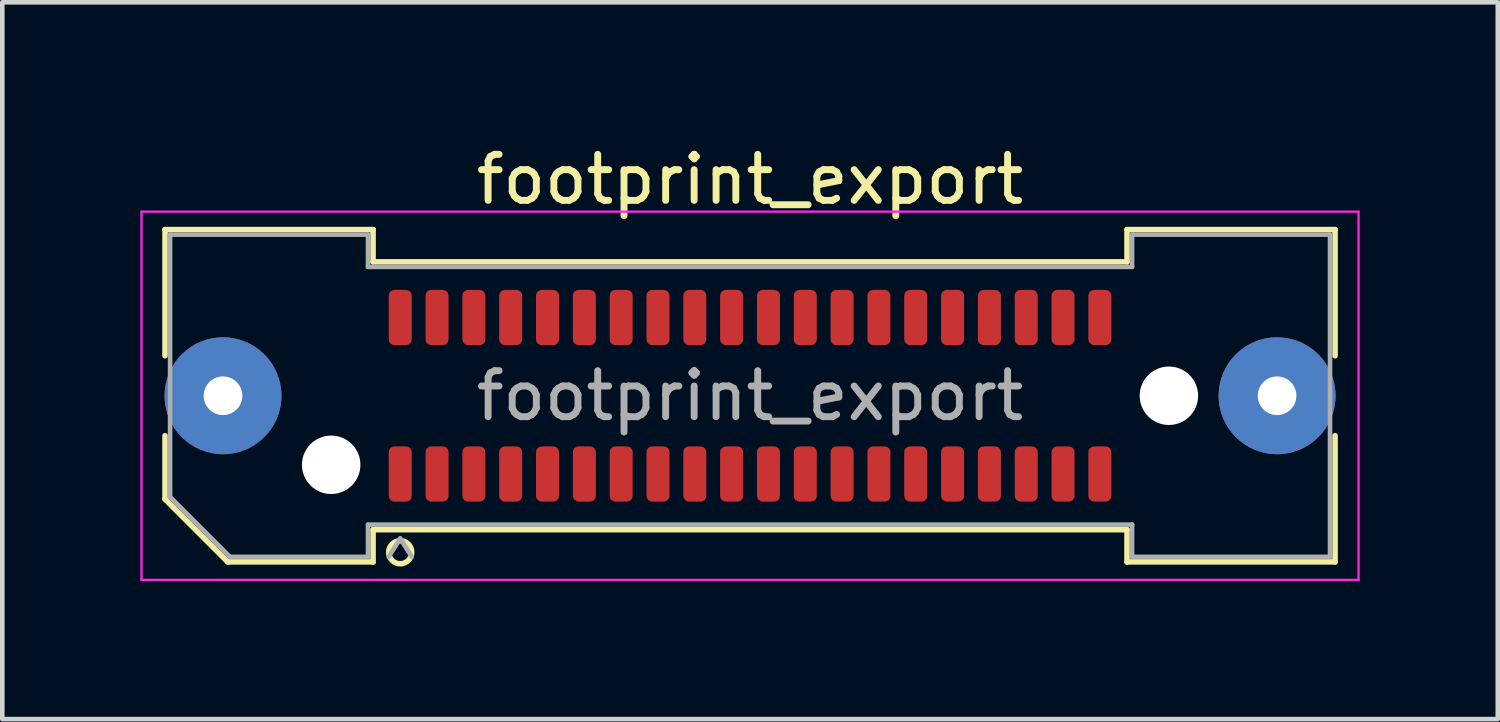
<source format=kicad_pcb>
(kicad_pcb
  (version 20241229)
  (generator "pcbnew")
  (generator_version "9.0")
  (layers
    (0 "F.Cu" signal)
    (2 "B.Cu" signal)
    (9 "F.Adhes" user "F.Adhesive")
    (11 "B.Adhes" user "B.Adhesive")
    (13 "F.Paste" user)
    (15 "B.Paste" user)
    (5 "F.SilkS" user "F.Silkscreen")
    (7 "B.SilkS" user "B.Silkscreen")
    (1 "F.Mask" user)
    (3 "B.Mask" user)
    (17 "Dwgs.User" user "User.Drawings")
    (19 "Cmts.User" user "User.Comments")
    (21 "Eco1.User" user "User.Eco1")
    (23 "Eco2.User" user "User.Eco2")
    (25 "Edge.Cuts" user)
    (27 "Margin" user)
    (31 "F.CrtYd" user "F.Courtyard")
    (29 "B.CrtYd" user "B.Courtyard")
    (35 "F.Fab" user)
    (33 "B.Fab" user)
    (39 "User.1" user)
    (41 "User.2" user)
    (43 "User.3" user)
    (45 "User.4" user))
  (footprint "footprint_export"
    (layer "F.Cu")
    (at 13.245 5.548)
    (property "Reference" "footprint_export" (at 0 -4.7 0) (layer "F.SilkS") (effects (font (size 1 1) (thickness 0.15))))
    (attr smd)
    (fp_line (start -12.71 -3.61) (end -8.19 -3.61) (stroke (width 0.12) (type solid)) (layer "F.SilkS"))
    (fp_line (start -12.71 -0.868) (end -12.71 -3.61) (stroke (width 0.12) (type solid)) (layer "F.SilkS"))
    (fp_line (start -12.71 2.246) (end -12.71 0.868) (stroke (width 0.12) (type solid)) (layer "F.SilkS"))
    (fp_line (start -11.346 3.61) (end -12.71 2.246) (stroke (width 0.12) (type solid)) (layer "F.SilkS"))
    (fp_line (start -8.19 -3.61) (end -8.19 -2.91) (stroke (width 0.12) (type solid)) (layer "F.SilkS"))
    (fp_line (start -8.19 -2.91) (end 8.19 -2.91) (stroke (width 0.12) (type solid)) (layer "F.SilkS"))
    (fp_line (start -8.19 2.91) (end -8.19 3.61) (stroke (width 0.12) (type solid)) (layer "F.SilkS"))
    (fp_line (start -8.19 3.61) (end -11.346 3.61) (stroke (width 0.12) (type solid)) (layer "F.SilkS"))
    (fp_line (start 8.19 -3.61) (end 12.71 -3.61) (stroke (width 0.12) (type solid)) (layer "F.SilkS"))
    (fp_line (start 8.19 -2.91) (end 8.19 -3.61) (stroke (width 0.12) (type solid)) (layer "F.SilkS"))
    (fp_line (start 8.19 2.91) (end -8.19 2.91) (stroke (width 0.12) (type solid)) (layer "F.SilkS"))
    (fp_line (start 8.19 3.61) (end 8.19 2.91) (stroke (width 0.12) (type solid)) (layer "F.SilkS"))
    (fp_line (start 12.71 -3.61) (end 12.71 -0.868) (stroke (width 0.12) (type solid)) (layer "F.SilkS"))
    (fp_line (start 12.71 0.868) (end 12.71 3.61) (stroke (width 0.12) (type solid)) (layer "F.SilkS"))
    (fp_line (start 12.71 3.61) (end 8.19 3.61) (stroke (width 0.12) (type solid)) (layer "F.SilkS"))
    (fp_arc (start -7.35 3.4) (mid -7.85 3.4) (end -7.35 3.4) (stroke (width 0.12) (type solid)) (layer "F.SilkS"))
    (fp_line (start -13.22 -4) (end -13.22 4) (stroke (width 0.05) (type solid)) (layer "F.CrtYd"))
    (fp_line (start -13.22 4) (end 13.22 4) (stroke (width 0.05) (type solid)) (layer "F.CrtYd"))
    (fp_line (start 13.22 -4) (end -13.22 -4) (stroke (width 0.05) (type solid)) (layer "F.CrtYd"))
    (fp_line (start 13.22 4) (end 13.22 -4) (stroke (width 0.05) (type solid)) (layer "F.CrtYd"))
    (fp_line (start -12.6 -3.5) (end -8.3 -3.5) (stroke (width 0.1) (type solid)) (layer "F.Fab"))
    (fp_line (start -12.6 2.2) (end -12.6 -3.5) (stroke (width 0.1) (type solid)) (layer "F.Fab"))
    (fp_line (start -11.3 3.5) (end -12.6 2.2) (stroke (width 0.1) (type solid)) (layer "F.Fab"))
    (fp_line (start -8.3 -3.5) (end -8.3 -2.8) (stroke (width 0.1) (type solid)) (layer "F.Fab"))
    (fp_line (start -8.3 -2.8) (end 8.3 -2.8) (stroke (width 0.1) (type solid)) (layer "F.Fab"))
    (fp_line (start -8.3 2.8) (end -8.3 3.5) (stroke (width 0.1) (type solid)) (layer "F.Fab"))
    (fp_line (start -8.3 3.5) (end -11.3 3.5) (stroke (width 0.1) (type solid)) (layer "F.Fab"))
    (fp_line (start -7.6 3.1) (end -7.85 3.5) (stroke (width 0.1) (type solid)) (layer "F.Fab"))
    (fp_line (start -7.6 3.1) (end -7.35 3.5) (stroke (width 0.1) (type solid)) (layer "F.Fab"))
    (fp_line (start 8.3 -3.5) (end 12.6 -3.5) (stroke (width 0.1) (type solid)) (layer "F.Fab"))
    (fp_line (start 8.3 -2.8) (end 8.3 -3.5) (stroke (width 0.1) (type solid)) (layer "F.Fab"))
    (fp_line (start 8.3 2.8) (end -8.3 2.8) (stroke (width 0.1) (type solid)) (layer "F.Fab"))
    (fp_line (start 8.3 3.5) (end 8.3 2.8) (stroke (width 0.1) (type solid)) (layer "F.Fab"))
    (fp_line (start 12.6 -3.5) (end 12.6 3.5) (stroke (width 0.1) (type solid)) (layer "F.Fab"))
    (fp_line (start 12.6 3.5) (end 8.3 3.5) (stroke (width 0.1) (type solid)) (layer "F.Fab"))
    (fp_text user "${REFERENCE}" (at 0 0 0) (layer "F.Fab") (effects (font (size 1 1) (thickness 0.15))))
    (pad "" thru_hole circle (at -11.45 0) (size 2.54 2.54) (drill 0.84) (layers "*.Cu" "*.Mask" "F.Paste"))
    (pad "" np_thru_hole circle (at -9.1 1.5) (size 1.27 1.27) (drill 1.27) (layers "*.Cu" "*.Mask"))
    (pad "" np_thru_hole circle (at 9.1 0) (size 1.27 1.27) (drill 1.27) (layers "*.Cu" "*.Mask"))
    (pad "" thru_hole circle (at 11.45 0) (size 2.54 2.54) (drill 0.84) (layers "*.Cu" "*.Mask" "F.Paste"))
    (pad "1" smd roundrect (at -7.6 1.7) (size 0.5 1.2) (layers "F.Cu" "F.Mask" "F.Paste") (roundrect_rratio 0.25))
    (pad "2" smd roundrect (at -7.6 -1.7) (size 0.5 1.2) (layers "F.Cu" "F.Mask" "F.Paste") (roundrect_rratio 0.25))
    (pad "3" smd roundrect (at -6.8 1.7) (size 0.5 1.2) (layers "F.Cu" "F.Mask" "F.Paste") (roundrect_rratio 0.25))
    (pad "4" smd roundrect (at -6.8 -1.7) (size 0.5 1.2) (layers "F.Cu" "F.Mask" "F.Paste") (roundrect_rratio 0.25))
    (pad "5" smd roundrect (at -6 1.7) (size 0.5 1.2) (layers "F.Cu" "F.Mask" "F.Paste") (roundrect_rratio 0.25))
    (pad "6" smd roundrect (at -6 -1.7) (size 0.5 1.2) (layers "F.Cu" "F.Mask" "F.Paste") (roundrect_rratio 0.25))
    (pad "7" smd roundrect (at -5.2 1.7) (size 0.5 1.2) (layers "F.Cu" "F.Mask" "F.Paste") (roundrect_rratio 0.25))
    (pad "8" smd roundrect (at -5.2 -1.7) (size 0.5 1.2) (layers "F.Cu" "F.Mask" "F.Paste") (roundrect_rratio 0.25))
    (pad "9" smd roundrect (at -4.4 1.7) (size 0.5 1.2) (layers "F.Cu" "F.Mask" "F.Paste") (roundrect_rratio 0.25))
    (pad "10" smd roundrect (at -4.4 -1.7) (size 0.5 1.2) (layers "F.Cu" "F.Mask" "F.Paste") (roundrect_rratio 0.25))
    (pad "11" smd roundrect (at -3.6 1.7) (size 0.5 1.2) (layers "F.Cu" "F.Mask" "F.Paste") (roundrect_rratio 0.25))
    (pad "12" smd roundrect (at -3.6 -1.7) (size 0.5 1.2) (layers "F.Cu" "F.Mask" "F.Paste") (roundrect_rratio 0.25))
    (pad "13" smd roundrect (at -2.8 1.7) (size 0.5 1.2) (layers "F.Cu" "F.Mask" "F.Paste") (roundrect_rratio 0.25))
    (pad "14" smd roundrect (at -2.8 -1.7) (size 0.5 1.2) (layers "F.Cu" "F.Mask" "F.Paste") (roundrect_rratio 0.25))
    (pad "15" smd roundrect (at -2 1.7) (size 0.5 1.2) (layers "F.Cu" "F.Mask" "F.Paste") (roundrect_rratio 0.25))
    (pad "16" smd roundrect (at -2 -1.7) (size 0.5 1.2) (layers "F.Cu" "F.Mask" "F.Paste") (roundrect_rratio 0.25))
    (pad "17" smd roundrect (at -1.2 1.7) (size 0.5 1.2) (layers "F.Cu" "F.Mask" "F.Paste") (roundrect_rratio 0.25))
    (pad "18" smd roundrect (at -1.2 -1.7) (size 0.5 1.2) (layers "F.Cu" "F.Mask" "F.Paste") (roundrect_rratio 0.25))
    (pad "19" smd roundrect (at -0.4 1.7) (size 0.5 1.2) (layers "F.Cu" "F.Mask" "F.Paste") (roundrect_rratio 0.25))
    (pad "20" smd roundrect (at -0.4 -1.7) (size 0.5 1.2) (layers "F.Cu" "F.Mask" "F.Paste") (roundrect_rratio 0.25))
    (pad "21" smd roundrect (at 0.4 1.7) (size 0.5 1.2) (layers "F.Cu" "F.Mask" "F.Paste") (roundrect_rratio 0.25))
    (pad "22" smd roundrect (at 0.4 -1.7) (size 0.5 1.2) (layers "F.Cu" "F.Mask" "F.Paste") (roundrect_rratio 0.25))
    (pad "23" smd roundrect (at 1.2 1.7) (size 0.5 1.2) (layers "F.Cu" "F.Mask" "F.Paste") (roundrect_rratio 0.25))
    (pad "24" smd roundrect (at 1.2 -1.7) (size 0.5 1.2) (layers "F.Cu" "F.Mask" "F.Paste") (roundrect_rratio 0.25))
    (pad "25" smd roundrect (at 2 1.7) (size 0.5 1.2) (layers "F.Cu" "F.Mask" "F.Paste") (roundrect_rratio 0.25))
    (pad "26" smd roundrect (at 2 -1.7) (size 0.5 1.2) (layers "F.Cu" "F.Mask" "F.Paste") (roundrect_rratio 0.25))
    (pad "27" smd roundrect (at 2.8 1.7) (size 0.5 1.2) (layers "F.Cu" "F.Mask" "F.Paste") (roundrect_rratio 0.25))
    (pad "28" smd roundrect (at 2.8 -1.7) (size 0.5 1.2) (layers "F.Cu" "F.Mask" "F.Paste") (roundrect_rratio 0.25))
    (pad "29" smd roundrect (at 3.6 1.7) (size 0.5 1.2) (layers "F.Cu" "F.Mask" "F.Paste") (roundrect_rratio 0.25))
    (pad "30" smd roundrect (at 3.6 -1.7) (size 0.5 1.2) (layers "F.Cu" "F.Mask" "F.Paste") (roundrect_rratio 0.25))
    (pad "31" smd roundrect (at 4.4 1.7) (size 0.5 1.2) (layers "F.Cu" "F.Mask" "F.Paste") (roundrect_rratio 0.25))
    (pad "32" smd roundrect (at 4.4 -1.7) (size 0.5 1.2) (layers "F.Cu" "F.Mask" "F.Paste") (roundrect_rratio 0.25))
    (pad "33" smd roundrect (at 5.2 1.7) (size 0.5 1.2) (layers "F.Cu" "F.Mask" "F.Paste") (roundrect_rratio 0.25))
    (pad "34" smd roundrect (at 5.2 -1.7) (size 0.5 1.2) (layers "F.Cu" "F.Mask" "F.Paste") (roundrect_rratio 0.25))
    (pad "35" smd roundrect (at 6 1.7) (size 0.5 1.2) (layers "F.Cu" "F.Mask" "F.Paste") (roundrect_rratio 0.25))
    (pad "36" smd roundrect (at 6 -1.7) (size 0.5 1.2) (layers "F.Cu" "F.Mask" "F.Paste") (roundrect_rratio 0.25))
    (pad "37" smd roundrect (at 6.8 1.7) (size 0.5 1.2) (layers "F.Cu" "F.Mask" "F.Paste") (roundrect_rratio 0.25))
    (pad "38" smd roundrect (at 6.8 -1.7) (size 0.5 1.2) (layers "F.Cu" "F.Mask" "F.Paste") (roundrect_rratio 0.25))
    (pad "39" smd roundrect (at 7.6 1.7) (size 0.5 1.2) (layers "F.Cu" "F.Mask" "F.Paste") (roundrect_rratio 0.25))
    (pad "40" smd roundrect (at 7.6 -1.7) (size 0.5 1.2) (layers "F.Cu" "F.Mask" "F.Paste") (roundrect_rratio 0.25)))
  (gr_rect
    (start -3 -3)
    (end 29.49 12.573)
    (stroke (width 0.1) (type default))
    (fill no)
    (layer "Edge.Cuts")))
</source>
